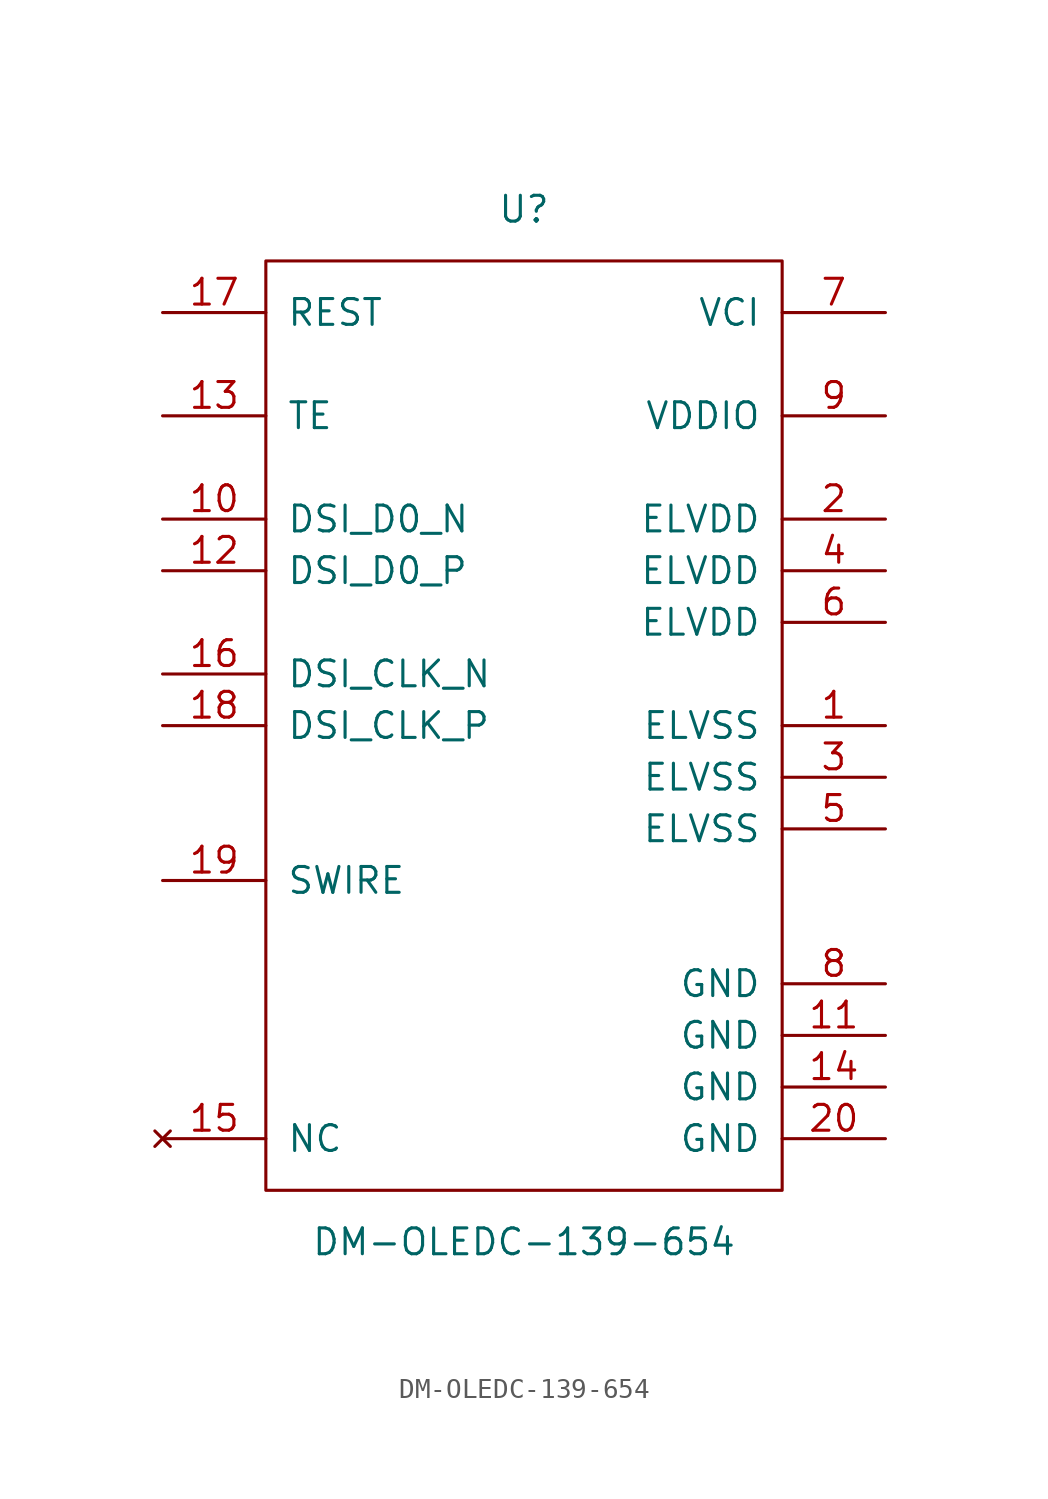
<source format=kicad_sym>
(kicad_symbol_lib
  (version 20220914)
  (generator kicad_symbol_editor)
  (symbol "DM-OLEDC-139-654"
    (pin_names
      (offset 1.016))
    (property "Reference" "U"
      (at 0 25.4 0)
      (effects (font (size 1.27 1.27))))
    (property "Value" "DM-OLEDC-139-654"
      (at 0 -25.4 0)
      (effects (font (size 1.27 1.27))))
    (symbol "DM-OLEDC-139-654_0_1"
      (rectangle (start -12.7 22.86) (end 12.7 -22.86) (stroke (width 0) (type solid)) (fill (type none))))
    (symbol "DM-OLEDC-139-654_1_1"
      (pin power_in line (at 17.78 0 180) (length 5.08) (name "ELVSS" (effects (font (size 1.27 1.27)))) (number "1" (effects (font (size 1.27 1.27)))))
      (pin input line (at -17.78 10.16 0) (length 5.08) (name "DSI_D0_N" (effects (font (size 1.27 1.27)))) (number "10" (effects (font (size 1.27 1.27)))))
      (pin power_in line (at 17.78 -15.24 180) (length 5.08) (name "GND" (effects (font (size 1.27 1.27)))) (number "11" (effects (font (size 1.27 1.27)))))
      (pin input line (at -17.78 7.62 0) (length 5.08) (name "DSI_D0_P" (effects (font (size 1.27 1.27)))) (number "12" (effects (font (size 1.27 1.27)))))
      (pin output line (at -17.78 15.24 0) (length 5.08) (name "TE" (effects (font (size 1.27 1.27)))) (number "13" (effects (font (size 1.27 1.27)))))
      (pin power_in line (at 17.78 -17.78 180) (length 5.08) (name "GND" (effects (font (size 1.27 1.27)))) (number "14" (effects (font (size 1.27 1.27)))))
      (pin no_connect line (at -17.78 -20.32 0) (length 5.08) (name "NC" (effects (font (size 1.27 1.27)))) (number "15" (effects (font (size 1.27 1.27)))))
      (pin input line (at -17.78 2.54 0) (length 5.08) (name "DSI_CLK_N" (effects (font (size 1.27 1.27)))) (number "16" (effects (font (size 1.27 1.27)))))
      (pin input line (at -17.78 20.32 0) (length 5.08) (name "REST" (effects (font (size 1.27 1.27)))) (number "17" (effects (font (size 1.27 1.27)))))
      (pin input line (at -17.78 0 0) (length 5.08) (name "DSI_CLK_P" (effects (font (size 1.27 1.27)))) (number "18" (effects (font (size 1.27 1.27)))))
      (pin output line (at -17.78 -7.62 0) (length 5.08) (name "SWIRE" (effects (font (size 1.27 1.27)))) (number "19" (effects (font (size 1.27 1.27)))))
      (pin power_in line (at 17.78 10.16 180) (length 5.08) (name "ELVDD" (effects (font (size 1.27 1.27)))) (number "2" (effects (font (size 1.27 1.27)))))
      (pin power_in line (at 17.78 -20.32 180) (length 5.08) (name "GND" (effects (font (size 1.27 1.27)))) (number "20" (effects (font (size 1.27 1.27)))))
      (pin power_in line (at 17.78 -2.54 180) (length 5.08) (name "ELVSS" (effects (font (size 1.27 1.27)))) (number "3" (effects (font (size 1.27 1.27)))))
      (pin power_in line (at 17.78 7.62 180) (length 5.08) (name "ELVDD" (effects (font (size 1.27 1.27)))) (number "4" (effects (font (size 1.27 1.27)))))
      (pin power_in line (at 17.78 -5.08 180) (length 5.08) (name "ELVSS" (effects (font (size 1.27 1.27)))) (number "5" (effects (font (size 1.27 1.27)))))
      (pin power_in line (at 17.78 5.08 180) (length 5.08) (name "ELVDD" (effects (font (size 1.27 1.27)))) (number "6" (effects (font (size 1.27 1.27)))))
      (pin power_in line (at 17.78 20.32 180) (length 5.08) (name "VCI" (effects (font (size 1.27 1.27)))) (number "7" (effects (font (size 1.27 1.27)))))
      (pin power_in line (at 17.78 -12.7 180) (length 5.08) (name "GND" (effects (font (size 1.27 1.27)))) (number "8" (effects (font (size 1.27 1.27)))))
      (pin power_in line (at 17.78 15.24 180) (length 5.08) (name "VDDIO" (effects (font (size 1.27 1.27)))) (number "9" (effects (font (size 1.27 1.27))))))))
</source>
